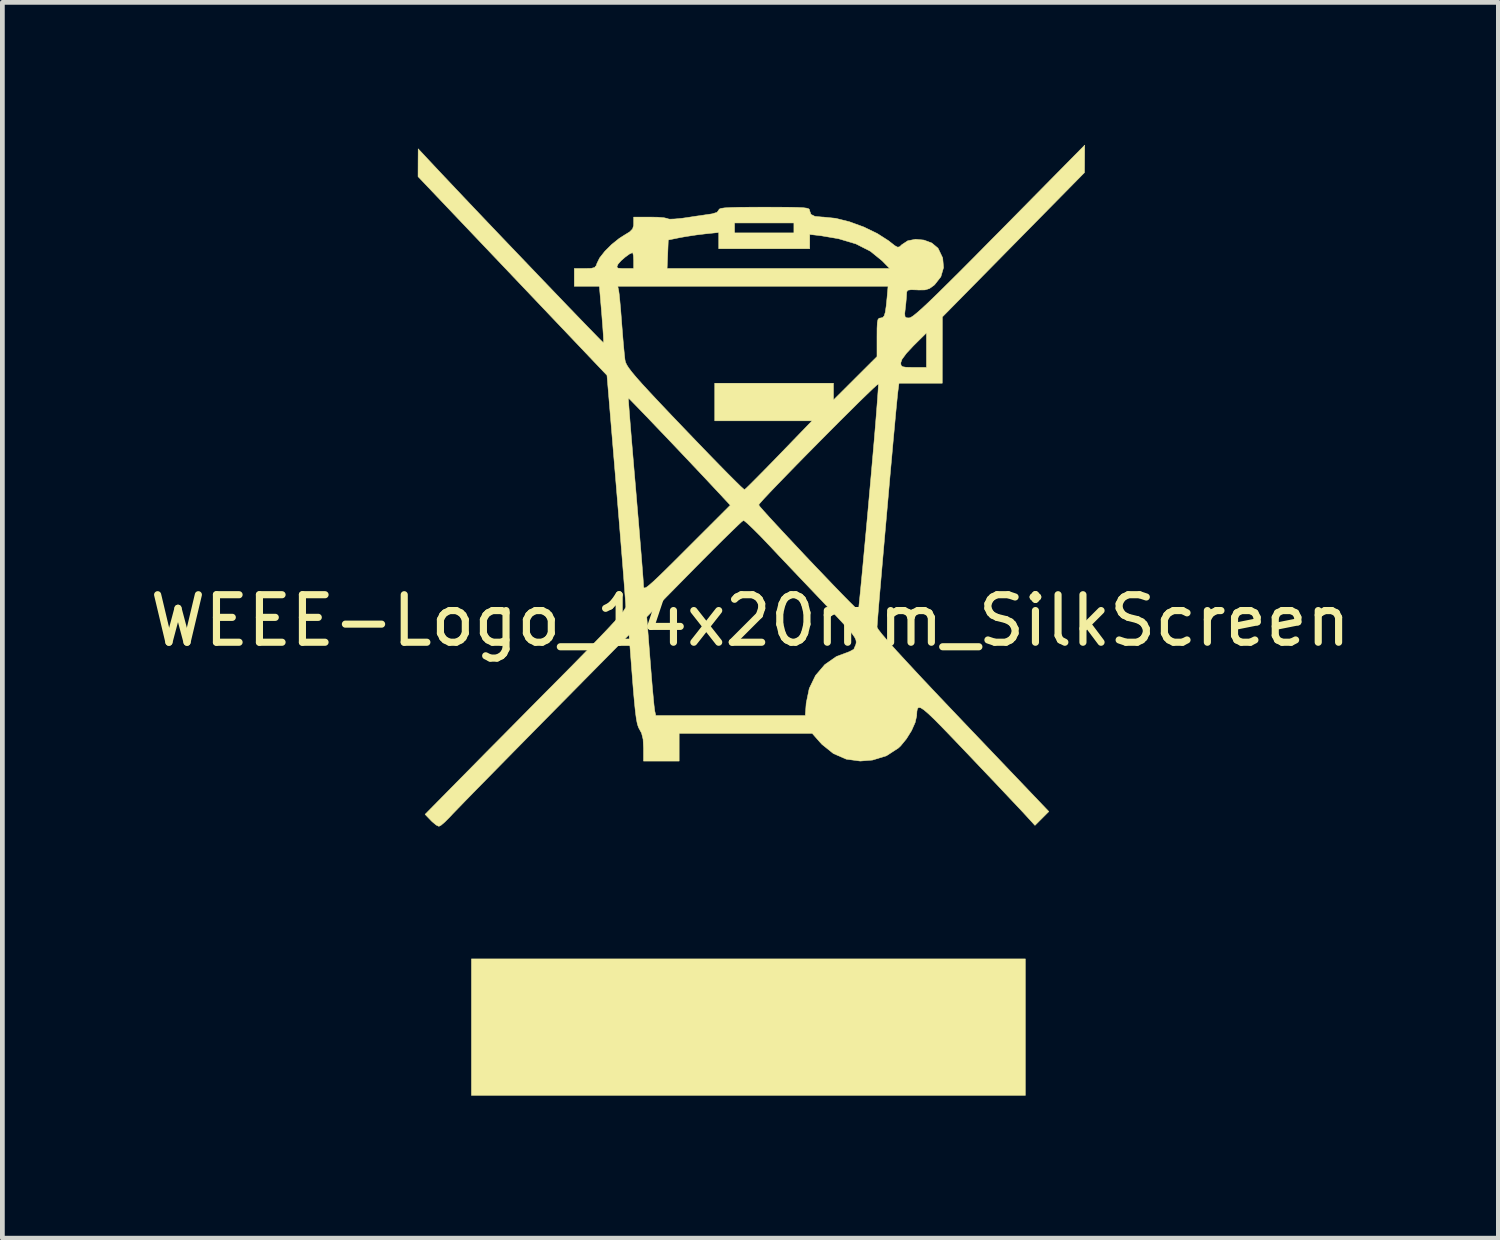
<source format=kicad_pcb>
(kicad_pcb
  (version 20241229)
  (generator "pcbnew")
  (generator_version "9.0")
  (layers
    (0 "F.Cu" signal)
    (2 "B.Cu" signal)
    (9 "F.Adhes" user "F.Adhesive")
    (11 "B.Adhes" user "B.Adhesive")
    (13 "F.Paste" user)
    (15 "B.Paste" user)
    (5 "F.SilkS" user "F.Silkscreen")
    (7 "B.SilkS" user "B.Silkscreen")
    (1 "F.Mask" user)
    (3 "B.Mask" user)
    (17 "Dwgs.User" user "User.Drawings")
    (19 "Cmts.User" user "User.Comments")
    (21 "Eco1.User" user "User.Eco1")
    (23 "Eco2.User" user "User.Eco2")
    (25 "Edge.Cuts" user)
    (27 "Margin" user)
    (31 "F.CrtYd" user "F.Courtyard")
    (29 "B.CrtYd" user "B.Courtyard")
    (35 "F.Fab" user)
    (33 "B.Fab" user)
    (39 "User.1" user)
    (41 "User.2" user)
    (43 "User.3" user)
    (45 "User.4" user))
  (footprint "WEEE-Logo_14x20mm_SilkScreen"
    (layer "F.Cu")
    (at 12.744 10.013)
    (property "Reference" "WEEE-Logo_14x20mm_SilkScreen" (at 0 0 0) (layer "F.SilkS") (effects (font (size 1 1) (thickness 0.15))))
    (attr board_only exclude_from_pos_files exclude_from_bom allow_missing_courtyard)
    (fp_poly (pts (xy 5.788 9.993) (xy -5.871 9.993) (xy -5.871 7.12) (xy 5.788 7.12) (xy 5.788 9.993)) (stroke (width 0.01) (type solid)) (fill yes) (layer "F.SilkS"))
    (fp_poly (pts (xy 7.035 -9.72) (xy 7.033 -9.431) (xy 4.041 -6.392) (xy 4.04 -5.694) (xy 4.039 -4.997) (xy 3.128 -4.997) (xy 3.105 -4.82) (xy 3.096 -4.739) (xy 3.081 -4.587) (xy 3.06 -4.373) (xy 3.036 -4.106) (xy 3.007 -3.795) (xy 2.976 -3.448) (xy 2.942 -3.076) (xy 2.908 -2.687) (xy 2.873 -2.29) (xy 2.838 -1.895) (xy 2.804 -1.51) (xy 2.772 -1.144) (xy 2.743 -0.806) (xy 2.717 -0.506) (xy 2.696 -0.253) (xy 2.68 -0.055) (xy 2.67 0.078) (xy 2.666 0.138) (xy 2.666 0.138) (xy 2.692 0.186) (xy 2.768 0.284) (xy 2.897 0.434) (xy 3.079 0.638) (xy 3.316 0.895) (xy 3.607 1.208) (xy 3.955 1.577) (xy 4.361 2.004) (xy 4.475 2.124) (xy 6.282 4.018) (xy 6.136 4.164) (xy 5.99 4.31) (xy 5.754 4.052) (xy 5.667 3.959) (xy 5.532 3.816) (xy 5.357 3.631) (xy 5.152 3.413) (xy 4.924 3.174) (xy 4.684 2.921) (xy 4.54 2.77) (xy 4.27 2.487) (xy 4.052 2.261) (xy 3.88 2.086) (xy 3.748 1.96) (xy 3.652 1.878) (xy 3.585 1.835) (xy 3.542 1.828) (xy 3.517 1.853) (xy 3.506 1.905) (xy 3.501 1.98) (xy 3.501 2.001) (xy 3.469 2.143) (xy 3.393 2.314) (xy 3.285 2.488) (xy 3.163 2.637) (xy 3.114 2.683) (xy 2.864 2.845) (xy 2.571 2.935) (xy 2.312 2.956) (xy 2.018 2.916) (xy 1.747 2.798) (xy 1.507 2.605) (xy 1.463 2.557) (xy 1.301 2.373) (xy -1.499 2.373) (xy -1.499 2.956) (xy -2.249 2.956) (xy -2.249 2.684) (xy -2.258 2.498) (xy -2.29 2.369) (xy -2.328 2.299) (xy -2.355 2.249) (xy -2.379 2.176) (xy -2.4 2.07) (xy -2.42 1.919) (xy -2.441 1.714) (xy -2.465 1.443) (xy -2.481 1.241) (xy -2.554 0.296) (xy -4.35 2.115) (xy -4.675 2.445) (xy -4.986 2.761) (xy -5.279 3.059) (xy -5.548 3.333) (xy -5.787 3.576) (xy -5.99 3.784) (xy -6.151 3.95) (xy -6.265 4.068) (xy -6.326 4.133) (xy -6.427 4.235) (xy -6.511 4.307) (xy -6.556 4.33) (xy -6.613 4.303) (xy -6.697 4.233) (xy -6.726 4.204) (xy -6.847 4.078) (xy -6.182 3.403) (xy -6.012 3.231) (xy -5.794 3.01) (xy -5.536 2.748) (xy -5.247 2.457) (xy -4.939 2.146) (xy -4.62 1.823) (xy -4.3 1.5) (xy -4.07 1.269) (xy -3.721 0.916) (xy -3.428 0.617) (xy -3.187 0.368) (xy -2.994 0.166) (xy -2.845 0.005) (xy -2.772 -0.079) (xy -2.181 -0.079) (xy -2.107 0.866) (xy -2.085 1.143) (xy -2.064 1.397) (xy -2.044 1.613) (xy -2.028 1.779) (xy -2.015 1.882) (xy -2.012 1.905) (xy -1.99 1.999) (xy 1.155 1.999) (xy 1.175 1.737) (xy 1.239 1.428) (xy 1.371 1.155) (xy 1.565 0.927) (xy 1.811 0.755) (xy 2.087 0.652) (xy 2.177 0.603) (xy 2.221 0.499) (xy 2.222 0.495) (xy 2.228 0.451) (xy 2.221 0.406) (xy 2.196 0.352) (xy 2.146 0.28) (xy 2.064 0.181) (xy 1.944 0.049) (xy 1.78 -0.127) (xy 1.565 -0.353) (xy 1.551 -0.368) (xy 1.32 -0.611) (xy 1.074 -0.869) (xy 0.83 -1.126) (xy 0.605 -1.363) (xy 0.417 -1.563) (xy 0.375 -1.607) (xy 0.214 -1.776) (xy 0.071 -1.919) (xy -0.044 -2.029) (xy -0.121 -2.095) (xy -0.146 -2.109) (xy -0.185 -2.079) (xy -0.274 -1.996) (xy -0.407 -1.867) (xy -0.578 -1.7) (xy -0.779 -1.5) (xy -1.002 -1.276) (xy -1.185 -1.091) (xy -2.181 -0.079) (xy -2.772 -0.079) (xy -2.738 -0.118) (xy -2.667 -0.207) (xy -2.63 -0.266) (xy -2.622 -0.293) (xy -2.625 -0.352) (xy -2.635 -0.487) (xy -2.65 -0.689) (xy -2.67 -0.951) (xy -2.695 -1.265) (xy -2.724 -1.623) (xy -2.756 -2.018) (xy -2.791 -2.441) (xy -2.819 -2.78) (xy -2.978 -4.687) (xy -2.569 -4.687) (xy -2.567 -4.646) (xy -2.559 -4.53) (xy -2.545 -4.347) (xy -2.526 -4.106) (xy -2.502 -3.815) (xy -2.474 -3.483) (xy -2.443 -3.116) (xy -2.413 -2.768) (xy -2.38 -2.373) (xy -2.348 -2) (xy -2.32 -1.658) (xy -2.295 -1.356) (xy -2.275 -1.103) (xy -2.26 -0.908) (xy -2.251 -0.779) (xy -2.249 -0.729) (xy -2.245 -0.698) (xy -2.229 -0.686) (xy -2.196 -0.697) (xy -2.14 -0.738) (xy -2.054 -0.813) (xy -1.932 -0.927) (xy -1.769 -1.086) (xy -1.559 -1.294) (xy -1.336 -1.517) (xy -0.423 -2.429) (xy -0.429 -2.436) (xy 0.175 -2.436) (xy 0.202 -2.398) (xy 0.279 -2.31) (xy 0.398 -2.178) (xy 0.551 -2.012) (xy 0.73 -1.819) (xy 0.928 -1.608) (xy 1.136 -1.386) (xy 1.348 -1.162) (xy 1.556 -0.945) (xy 1.751 -0.741) (xy 1.926 -0.56) (xy 2.073 -0.41) (xy 2.186 -0.298) (xy 2.254 -0.232) (xy 2.273 -0.219) (xy 2.28 -0.262) (xy 2.292 -0.38) (xy 2.311 -0.567) (xy 2.335 -0.814) (xy 2.364 -1.115) (xy 2.396 -1.461) (xy 2.432 -1.846) (xy 2.47 -2.262) (xy 2.5 -2.597) (xy 2.539 -3.032) (xy 2.575 -3.442) (xy 2.608 -3.819) (xy 2.636 -4.156) (xy 2.659 -4.446) (xy 2.677 -4.68) (xy 2.689 -4.852) (xy 2.695 -4.955) (xy 2.694 -4.981) (xy 2.661 -4.958) (xy 2.578 -4.882) (xy 2.451 -4.76) (xy 2.288 -4.602) (xy 2.097 -4.412) (xy 1.883 -4.2) (xy 1.656 -3.972) (xy 1.422 -3.736) (xy 1.188 -3.499) (xy 0.962 -3.269) (xy 0.751 -3.052) (xy 0.562 -2.857) (xy 0.402 -2.69) (xy 0.28 -2.56) (xy 0.202 -2.472) (xy 0.175 -2.436) (xy -0.429 -2.436) (xy -0.763 -2.794) (xy -0.936 -2.979) (xy -1.131 -3.186) (xy -1.339 -3.406) (xy -1.553 -3.632) (xy -1.765 -3.855) (xy -1.968 -4.067) (xy -2.153 -4.261) (xy -2.313 -4.427) (xy -2.441 -4.559) (xy -2.528 -4.648) (xy -2.568 -4.686) (xy -2.569 -4.687) (xy -2.978 -4.687) (xy -3.018 -5.163) (xy -5.007 -7.255) (xy -6.995 -9.346) (xy -6.994 -9.639) (xy -6.992 -9.931) (xy -6.671 -9.588) (xy -6.491 -9.396) (xy -6.279 -9.172) (xy -6.04 -8.919) (xy -5.78 -8.645) (xy -5.505 -8.356) (xy -5.22 -8.057) (xy -4.931 -7.755) (xy -4.644 -7.455) (xy -4.365 -7.163) (xy -4.099 -6.886) (xy -3.853 -6.629) (xy -3.631 -6.399) (xy -3.439 -6.2) (xy -3.284 -6.041) (xy -3.171 -5.925) (xy -3.105 -5.86) (xy -3.091 -5.848) (xy -3.09 -5.891) (xy -3.095 -6.002) (xy -3.106 -6.166) (xy -3.122 -6.368) (xy -3.128 -6.448) (xy -3.178 -7.037) (xy -2.791 -7.037) (xy -2.771 -6.943) (xy -2.761 -6.869) (xy -2.747 -6.73) (xy -2.73 -6.543) (xy -2.713 -6.326) (xy -2.707 -6.246) (xy -2.689 -6.016) (xy -2.671 -5.802) (xy -2.654 -5.624) (xy -2.641 -5.504) (xy -2.638 -5.482) (xy -2.627 -5.437) (xy -2.603 -5.385) (xy -2.561 -5.319) (xy -2.496 -5.233) (xy -2.403 -5.122) (xy -2.277 -4.98) (xy -2.112 -4.801) (xy -1.904 -4.579) (xy -1.647 -4.308) (xy -1.385 -4.034) (xy -1.124 -3.762) (xy -0.881 -3.51) (xy -0.661 -3.284) (xy -0.471 -3.091) (xy -0.316 -2.936) (xy -0.203 -2.825) (xy -0.137 -2.766) (xy -0.123 -2.757) (xy -0.086 -2.789) (xy 0.000097 -2.873) (xy 0.127 -3) (xy 0.287 -3.162) (xy 0.471 -3.35) (xy 0.604 -3.487) (xy 1.299 -4.206) (xy -0.75 -4.206) (xy -0.75 -4.997) (xy 1.749 -4.997) (xy 1.749 -4.644) (xy 2.207 -5.101) (xy 2.532 -5.425) (xy 3.165 -5.425) (xy 3.171 -5.374) (xy 3.201 -5.345) (xy 3.275 -5.333) (xy 3.411 -5.33) (xy 3.435 -5.33) (xy 3.706 -5.33) (xy 3.706 -6.056) (xy 3.435 -5.788) (xy 3.283 -5.625) (xy 3.191 -5.5) (xy 3.165 -5.425) (xy 2.532 -5.425) (xy 2.665 -5.557) (xy 2.665 -5.964) (xy 2.666 -6.151) (xy 2.672 -6.27) (xy 2.685 -6.336) (xy 2.709 -6.365) (xy 2.746 -6.371) (xy 2.786 -6.38) (xy 2.816 -6.415) (xy 2.839 -6.489) (xy 2.858 -6.617) (xy 2.878 -6.81) (xy 2.884 -6.881) (xy 2.898 -7.037) (xy -2.791 -7.037) (xy -3.178 -7.037) (xy -3.706 -7.037) (xy -3.706 -7.412) (xy -3.481 -7.412) (xy -3.35 -7.415) (xy -3.279 -7.433) (xy -3.27 -7.443) (xy -2.81 -7.443) (xy -2.786 -7.419) (xy -2.702 -7.412) (xy -2.646 -7.412) (xy -2.457 -7.412) (xy -1.753 -7.412) (xy 2.932 -7.412) (xy 2.773 -7.574) (xy 2.527 -7.774) (xy 2.223 -7.929) (xy 1.854 -8.039) (xy 1.489 -8.101) (xy 1.249 -8.129) (xy 1.249 -7.828) (xy -0.666 -7.828) (xy -0.666 -8.17) (xy -0.947 -8.141) (xy -1.144 -8.117) (xy -1.353 -8.085) (xy -1.478 -8.063) (xy -1.728 -8.012) (xy -1.74 -7.712) (xy -1.753 -7.412) (xy -2.457 -7.412) (xy -2.457 -7.578) (xy -2.462 -7.683) (xy -2.476 -7.741) (xy -2.482 -7.745) (xy -2.543 -7.718) (xy -2.633 -7.653) (xy -2.724 -7.574) (xy -2.786 -7.502) (xy -2.791 -7.492) (xy -2.81 -7.443) (xy -3.27 -7.443) (xy -3.244 -7.474) (xy -3.23 -7.518) (xy -3.173 -7.634) (xy -3.064 -7.773) (xy -2.92 -7.917) (xy -2.762 -8.044) (xy -2.659 -8.11) (xy -2.54 -8.183) (xy -2.48 -8.244) (xy -2.458 -8.316) (xy -2.457 -8.359) (xy -2.457 -8.37) (xy -0.333 -8.37) (xy -0.333 -8.161) (xy 0.916 -8.161) (xy 0.916 -8.37) (xy -0.333 -8.37) (xy -2.457 -8.37) (xy -2.457 -8.494) (xy -2.106 -8.494) (xy -1.945 -8.491) (xy -1.819 -8.48) (xy -1.749 -8.465) (xy -1.742 -8.459) (xy -1.698 -8.45) (xy -1.59 -8.454) (xy -1.437 -8.469) (xy -1.332 -8.484) (xy -1.143 -8.513) (xy -0.97 -8.538) (xy -0.84 -8.557) (xy -0.802 -8.563) (xy -0.702 -8.594) (xy -0.666 -8.642) (xy -0.655 -8.662) (xy -0.617 -8.677) (xy -0.541 -8.688) (xy -0.418 -8.695) (xy -0.24 -8.7) (xy 0.004 -8.702) (xy 0.291 -8.703) (xy 0.598 -8.702) (xy 0.831 -8.701) (xy 1.001 -8.697) (xy 1.117 -8.691) (xy 1.19 -8.681) (xy 1.23 -8.667) (xy 1.246 -8.647) (xy 1.249 -8.624) (xy 1.275 -8.551) (xy 1.358 -8.509) (xy 1.51 -8.495) (xy 1.537 -8.494) (xy 1.795 -8.468) (xy 2.087 -8.395) (xy 2.388 -8.285) (xy 2.671 -8.148) (xy 2.91 -7.995) (xy 2.941 -7.97) (xy 3.042 -7.891) (xy 3.101 -7.86) (xy 3.143 -7.87) (xy 3.186 -7.912) (xy 3.312 -7.995) (xy 3.477 -8.027) (xy 3.654 -8.01) (xy 3.819 -7.948) (xy 3.945 -7.843) (xy 3.954 -7.831) (xy 4.048 -7.634) (xy 4.066 -7.431) (xy 4.009 -7.237) (xy 3.878 -7.07) (xy 3.862 -7.056) (xy 3.77 -6.99) (xy 3.676 -6.961) (xy 3.544 -6.959) (xy 3.511 -6.961) (xy 3.382 -6.965) (xy 3.316 -6.955) (xy 3.292 -6.922) (xy 3.289 -6.891) (xy 3.284 -6.803) (xy 3.272 -6.669) (xy 3.263 -6.589) (xy 3.249 -6.463) (xy 3.255 -6.398) (xy 3.286 -6.374) (xy 3.342 -6.371) (xy 3.376 -6.382) (xy 3.429 -6.416) (xy 3.507 -6.479) (xy 3.614 -6.573) (xy 3.752 -6.702) (xy 3.927 -6.871) (xy 4.142 -7.083) (xy 4.402 -7.341) (xy 4.71 -7.65) (xy 5.069 -8.014) (xy 5.243 -8.189) (xy 7.037 -10.008) (xy 7.035 -9.72)) (stroke (width 0.01) (type solid)) (fill yes) (layer "F.SilkS")))
  (gr_rect
    (start -3 -3)
    (end 28.488 23.011)
    (stroke (width 0.1) (type default))
    (fill no)
    (layer "Edge.Cuts")))
</source>
